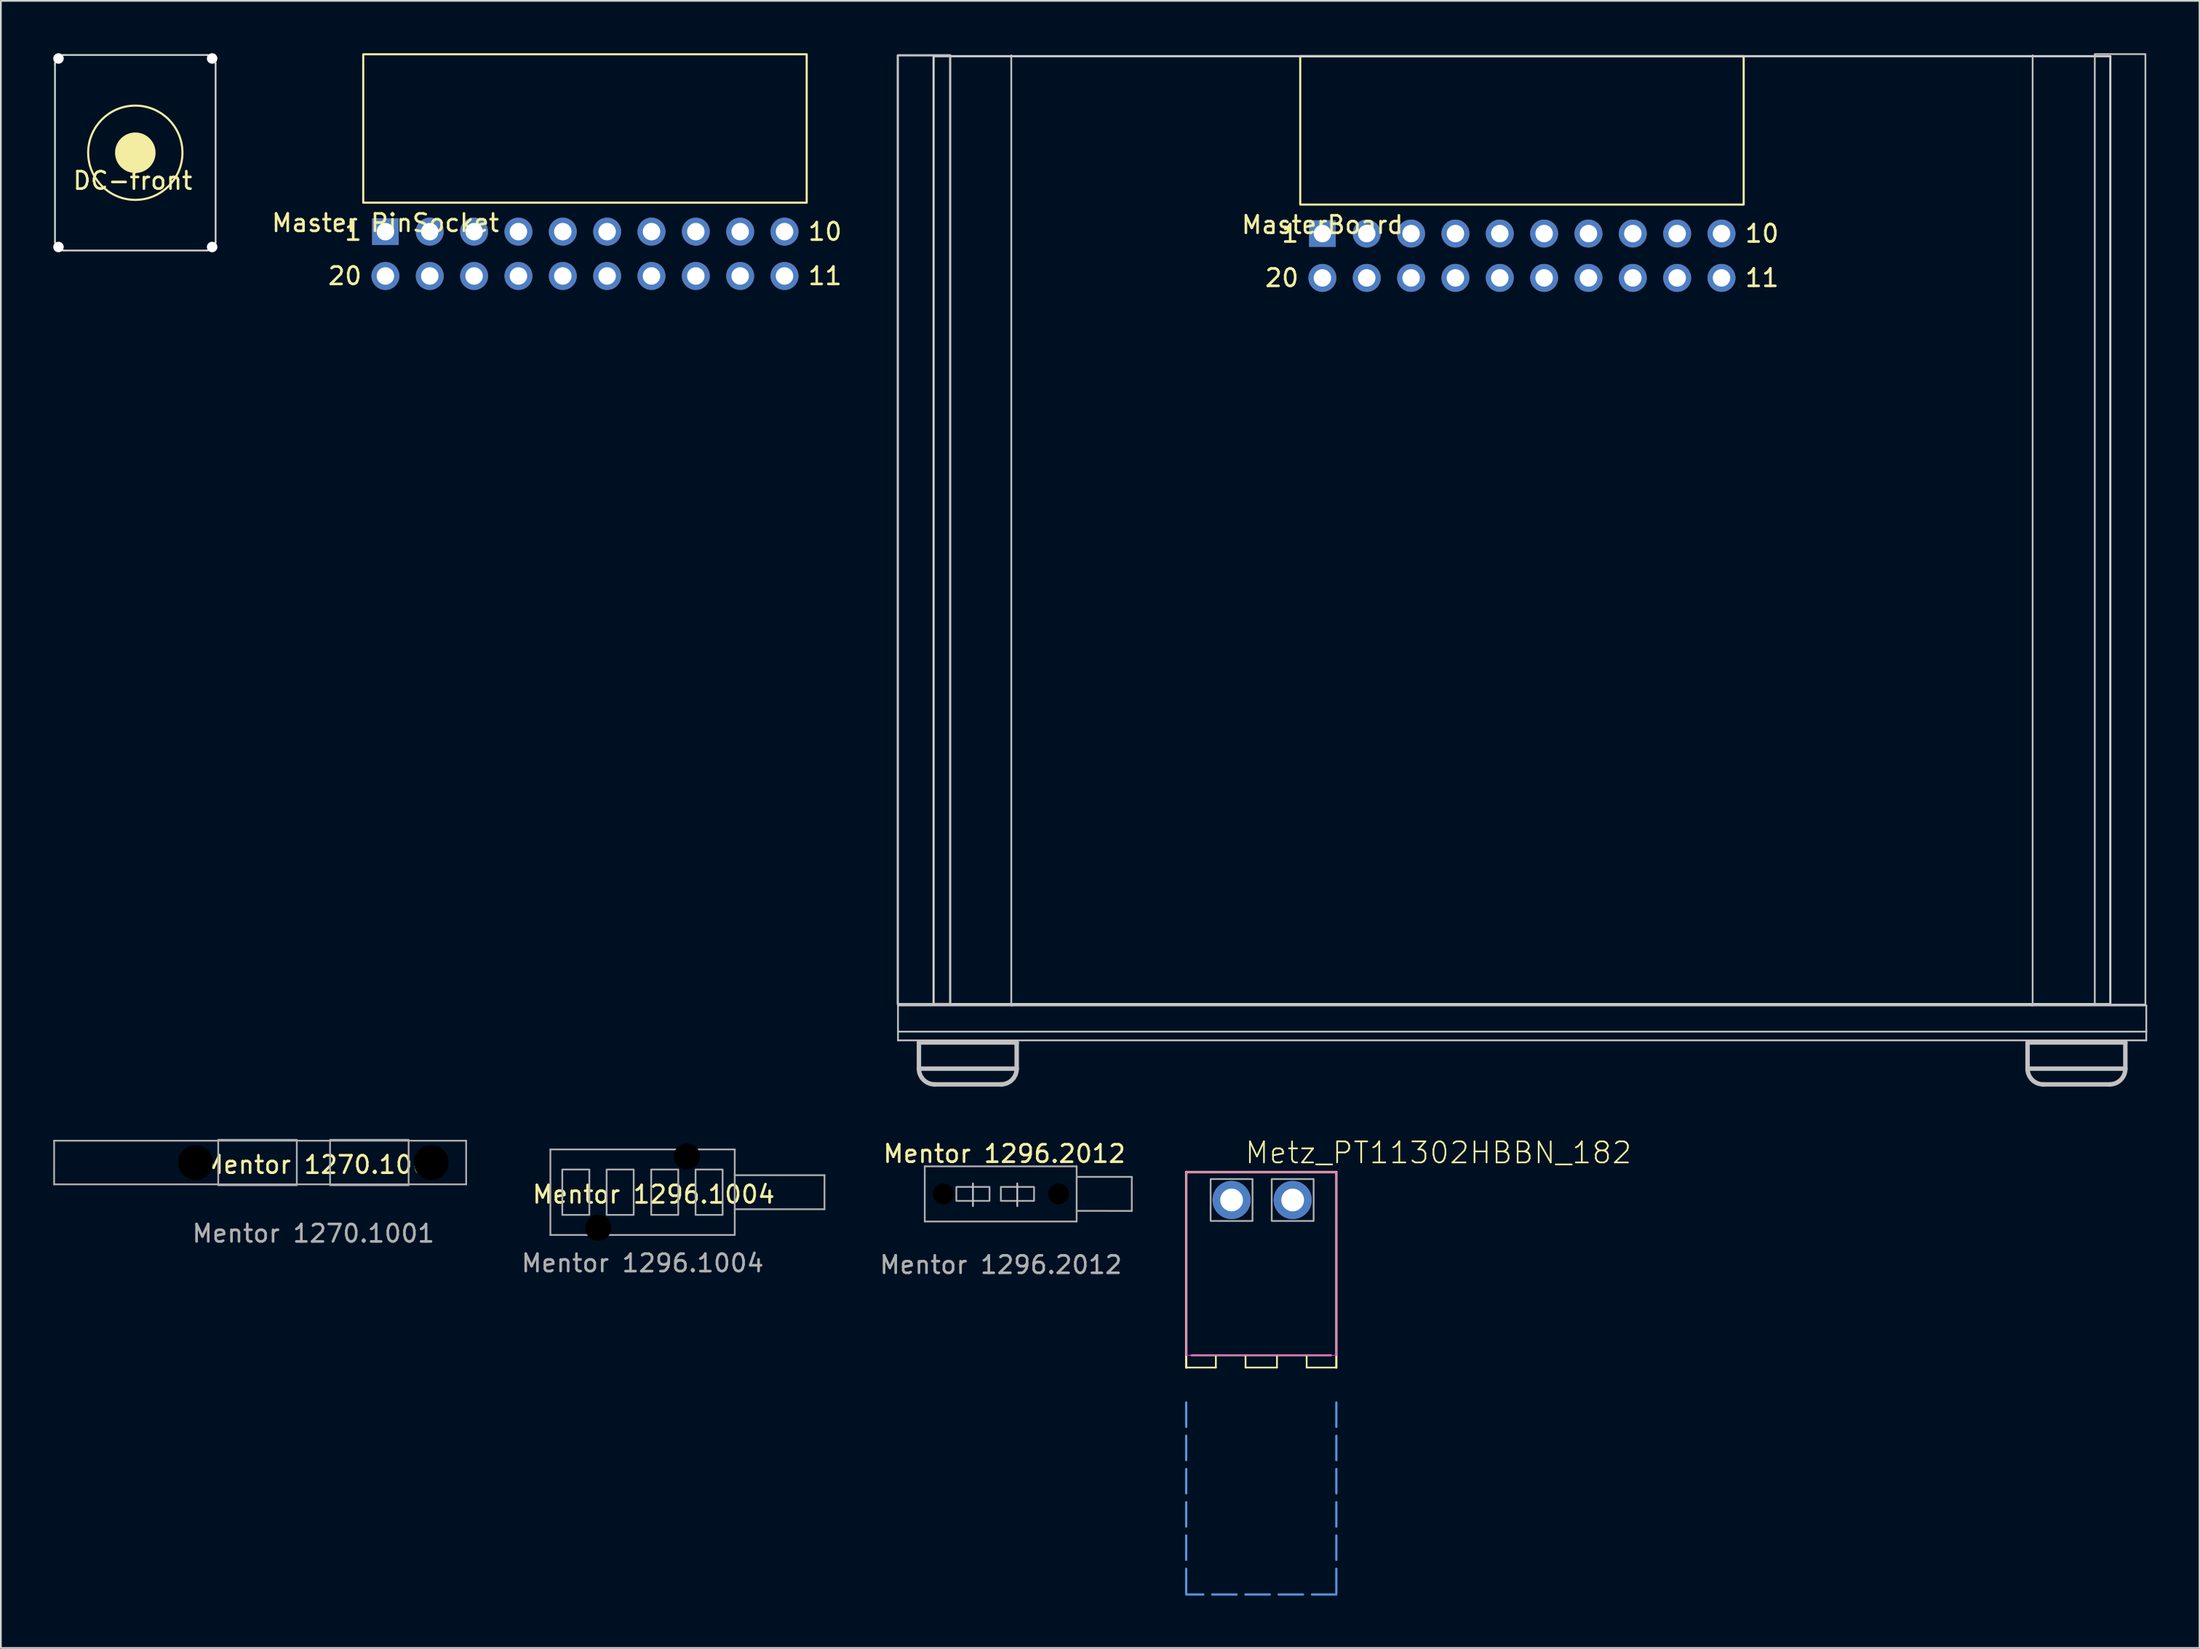
<source format=kicad_pcb>
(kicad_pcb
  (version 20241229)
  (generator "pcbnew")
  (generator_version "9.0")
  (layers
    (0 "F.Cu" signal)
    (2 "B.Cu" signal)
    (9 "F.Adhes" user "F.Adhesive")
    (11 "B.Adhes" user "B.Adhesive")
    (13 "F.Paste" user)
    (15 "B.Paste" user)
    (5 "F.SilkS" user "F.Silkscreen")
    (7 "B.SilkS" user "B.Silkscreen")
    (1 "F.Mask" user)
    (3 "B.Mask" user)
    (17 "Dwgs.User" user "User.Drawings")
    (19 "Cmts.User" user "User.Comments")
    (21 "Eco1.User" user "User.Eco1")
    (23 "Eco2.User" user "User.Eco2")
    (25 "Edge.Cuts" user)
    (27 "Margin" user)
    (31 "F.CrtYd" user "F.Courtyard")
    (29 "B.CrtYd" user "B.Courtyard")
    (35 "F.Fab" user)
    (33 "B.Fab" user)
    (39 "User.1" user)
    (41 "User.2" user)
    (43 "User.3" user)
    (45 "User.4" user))
  (footprint "Master PinSocket"
    (layer "F.Cu")
    (at 30.455 9.76)
    (property "Reference" "Master PinSocket" (at -11.43 -0.04 0) (unlocked yes) (layer "F.SilkS") (effects (font (size 1 1) (thickness 0.15))))
    (attr through_hole)
    (fp_rect (start -12.7 -1.2) (end 12.7 -9.7) (stroke (width 0.12) (type solid)) (fill no) (layer "F.SilkS"))
    (fp_text user "10" (at 12.7 0.46 0) (unlocked yes) (layer "F.SilkS") (effects (font (size 1 1) (thickness 0.15)) (justify left)))
    (fp_text user "20" (at -12.7 3 0) (unlocked yes) (layer "F.SilkS") (effects (font (size 1 1) (thickness 0.15)) (justify right)))
    (fp_text user "1" (at -12.7 0.46 0) (unlocked yes) (layer "F.SilkS") (effects (font (size 1 1) (thickness 0.15)) (justify right)))
    (fp_text user "11" (at 12.7 3 0) (unlocked yes) (layer "F.SilkS") (effects (font (size 1 1) (thickness 0.15)) (justify left)))
    (pad "1" thru_hole rect (at -11.43 0.46) (size 1.524 1.524) (drill 1) (layers "*.Cu" "*.Mask"))
    (pad "2" thru_hole circle (at -8.89 0.46) (size 1.6 1.6) (drill 1) (layers "*.Cu" "*.Mask"))
    (pad "3" thru_hole circle (at -6.35 0.46) (size 1.6 1.6) (drill 1) (layers "*.Cu" "*.Mask"))
    (pad "4" thru_hole circle (at -3.81 0.46) (size 1.6 1.6) (drill 1) (layers "*.Cu" "*.Mask"))
    (pad "5" thru_hole circle (at -1.27 0.46) (size 1.6 1.6) (drill 1) (layers "*.Cu" "*.Mask"))
    (pad "6" thru_hole circle (at 1.27 0.46) (size 1.6 1.6) (drill 1) (layers "*.Cu" "*.Mask"))
    (pad "7" thru_hole circle (at 3.81 0.46) (size 1.6 1.6) (drill 1) (layers "*.Cu" "*.Mask"))
    (pad "8" thru_hole circle (at 6.35 0.46) (size 1.6 1.6) (drill 1) (layers "*.Cu" "*.Mask"))
    (pad "9" thru_hole circle (at 8.89 0.46) (size 1.6 1.6) (drill 1) (layers "*.Cu" "*.Mask"))
    (pad "10" thru_hole circle (at 11.43 0.46) (size 1.6 1.6) (drill 1) (layers "*.Cu" "*.Mask"))
    (pad "11" thru_hole circle (at 11.43 3) (size 1.6 1.6) (drill 1) (layers "*.Cu" "*.Mask"))
    (pad "12" thru_hole circle (at 8.89 3) (size 1.6 1.6) (drill 1) (layers "*.Cu" "*.Mask"))
    (pad "13" thru_hole circle (at 6.35 3) (size 1.6 1.6) (drill 1) (layers "*.Cu" "*.Mask"))
    (pad "14" thru_hole circle (at 3.81 3) (size 1.6 1.6) (drill 1) (layers "*.Cu" "*.Mask"))
    (pad "15" thru_hole circle (at 1.27 3) (size 1.6 1.6) (drill 1) (layers "*.Cu" "*.Mask"))
    (pad "16" thru_hole circle (at -1.27 3) (size 1.6 1.6) (drill 1) (layers "*.Cu" "*.Mask"))
    (pad "17" thru_hole circle (at -3.81 3) (size 1.6 1.6) (drill 1) (layers "*.Cu" "*.Mask"))
    (pad "18" thru_hole circle (at -6.35 3) (size 1.6 1.6) (drill 1) (layers "*.Cu" "*.Mask"))
    (pad "19" thru_hole circle (at -8.89 3) (size 1.6 1.6) (drill 1) (layers "*.Cu" "*.Mask"))
    (pad "20" thru_hole circle (at -11.43 3) (size 1.6 1.6) (drill 1) (layers "*.Cu" "*.Mask")))
  (footprint "Metz_PT11302HBBN_182"
    (layer "F.Cu")
    (at 69.191 65.693)
    (property "Reference" "Metz_PT11302HBBN_182" (at -1 -2 180) (layer "F.SilkS") (effects (font (size 1.206 1.206) (thickness 0.097)) (justify left bottom)))
    (attr through_hole)
    (fp_line (start -4.3 -1.6) (end 4.3 -1.6) (stroke (width 0.127) (type solid)) (layer "F.SilkS"))
    (fp_line (start -4.3 9.6) (end -4.3 -1.6) (stroke (width 0.127) (type solid)) (layer "F.SilkS"))
    (fp_line (start -4.3 9.6) (end -2.6 9.6) (stroke (width 0.1) (type default)) (layer "F.SilkS"))
    (fp_line (start -2.6 9.6) (end -2.6 8.9) (stroke (width 0.1) (type default)) (layer "F.SilkS"))
    (fp_line (start -0.9 8.9) (end -0.9 9.6) (stroke (width 0.1) (type default)) (layer "F.SilkS"))
    (fp_line (start -0.9 9.6) (end 0.9 9.6) (stroke (width 0.1) (type default)) (layer "F.SilkS"))
    (fp_line (start 0.9 9.6) (end 0.9 8.9) (stroke (width 0.1) (type default)) (layer "F.SilkS"))
    (fp_line (start 2.6 8.9) (end 2.6 9.6) (stroke (width 0.1) (type default)) (layer "F.SilkS"))
    (fp_line (start 2.6 9.6) (end 4.3 9.6) (stroke (width 0.1) (type default)) (layer "F.SilkS"))
    (fp_line (start 4 8.9) (end -4 8.9) (stroke (width 0.1) (type default)) (layer "F.SilkS"))
    (fp_line (start 4.3 -1.6) (end 4.3 9.6) (stroke (width 0.127) (type solid)) (layer "F.SilkS"))
    (fp_line (start -4.3 11.6) (end -4.3 22.6) (stroke (width 0.127) (type dash)) (layer "Cmts.User"))
    (fp_line (start 4.3 11.6) (end 4.3 22.6) (stroke (width 0.127) (type dash)) (layer "Cmts.User"))
    (fp_line (start 4.3 22.6) (end -4.3 22.6) (stroke (width 0.127) (type dash)) (layer "Cmts.User"))
    (fp_rect (start -4.3 -1.6) (end 4.3 8.9) (stroke (width 0.05) (type default)) (fill no) (layer "F.CrtYd"))
    (fp_poly (pts (xy -2.9 1.2) (xy -0.5 1.2) (xy -0.5 -1.2) (xy -2.9 -1.2)) (stroke (width 0.1) (type solid)) (fill no) (layer "F.Fab"))
    (fp_poly (pts (xy 0.6 1.2) (xy 3 1.2) (xy 3 -1.2) (xy 0.6 -1.2)) (stroke (width 0.1) (type solid)) (fill no) (layer "F.Fab"))
    (pad "1" thru_hole circle (at -1.7 0 90) (size 2.184 2.184) (drill 1.3) (layers "*.Cu" "*.Mask"))
    (pad "2" thru_hole circle (at 1.8 0 90) (size 2.184 2.184) (drill 1.3) (layers "*.Cu" "*.Mask")))
  (footprint "DC-front"
    (layer "F.Cu")
    (at 4.7 5.7)
    (property "Reference" "DC-front" (at -0.15 1.6 0) (unlocked yes) (layer "F.SilkS") (effects (font (size 1 1) (thickness 0.15))))
    (fp_circle (center 0 0) (end 1.1 0) (stroke (width 0.12) (type solid)) (fill yes) (layer "F.SilkS"))
    (fp_circle (center 0 0) (end 2.7 0) (stroke (width 0.12) (type default)) (fill no) (layer "F.SilkS"))
    (fp_line (start -4.6 -5.1) (end -4.6 5.1) (stroke (width 0.1) (type default)) (layer "Edge.Cuts"))
    (fp_line (start -4.1 -5.6) (end 4.1 -5.6) (stroke (width 0.1) (type default)) (layer "Edge.Cuts"))
    (fp_line (start -4.1 5.6) (end 4.1 5.6) (stroke (width 0.1) (type default)) (layer "Edge.Cuts"))
    (fp_line (start 4.6 -5.1) (end 4.6 5.1) (stroke (width 0.1) (type default)) (layer "Edge.Cuts"))
    (fp_arc (start -4.6 -5.1) (mid -4.453553 -5.453553) (end -4.1 -5.6) (stroke (width 0.1) (type default)) (layer "Edge.Cuts"))
    (fp_arc (start -4.1 5.6) (mid -4.453553 5.453553) (end -4.6 5.1) (stroke (width 0.1) (type default)) (layer "Edge.Cuts"))
    (fp_arc (start 4.1 -5.6) (mid 4.453553 -5.453553) (end 4.6 -5.1) (stroke (width 0.1) (type default)) (layer "Edge.Cuts"))
    (fp_arc (start 4.6 5.1) (mid 4.453553 5.453553) (end 4.1 5.6) (stroke (width 0.1) (type default)) (layer "Edge.Cuts"))
    (pad "" np_thru_hole circle (at -4.4 -5.4) (size 0.6 0.6) (drill 0.6) (layers "*.Cu" "*.Mask"))
    (pad "" np_thru_hole circle (at -4.4 5.4) (size 0.6 0.6) (drill 0.6) (layers "*.Cu" "*.Mask"))
    (pad "" np_thru_hole circle (at 4.4 -5.4) (size 0.6 0.6) (drill 0.6) (layers "*.Cu" "*.Mask"))
    (pad "" np_thru_hole circle (at 4.4 5.4) (size 0.6 0.6) (drill 0.6) (layers "*.Cu" "*.Mask")))
  (footprint "Mentor 1296.2012"
    (layer "F.Cu")
    (at 54.277 65.345)
    (property "Reference" "Mentor 1296.2012" (at 0.2 -2.3 0) (unlocked yes) (layer "F.SilkS") (effects (font (size 1 1) (thickness 0.15))))
    (fp_line (start -1.6 0.7) (end -1.6 -0.6) (stroke (width 0.1) (type solid)) (layer "Dwgs.User"))
    (fp_line (start 0.94 0.7) (end 0.94 -0.6) (stroke (width 0.1) (type solid)) (layer "Dwgs.User"))
    (fp_line (start -4.36 -1.58) (end -4.36 1.58) (stroke (width 0.1) (type default)) (layer "F.Fab"))
    (fp_line (start -4.36 -1.58) (end 4.34 -1.58) (stroke (width 0.1) (type default)) (layer "F.Fab"))
    (fp_line (start -4.36 1.58) (end 4.34 1.58) (stroke (width 0.1) (type default)) (layer "F.Fab"))
    (fp_line (start 4.34 -1.58) (end 4.34 1.58) (stroke (width 0.1) (type default)) (layer "F.Fab"))
    (fp_line (start 7.5 -0.975) (end 4.35 -0.975) (stroke (width 0.1) (type default)) (layer "F.Fab"))
    (fp_line (start 7.5 -0.975) (end 7.5 0.975) (stroke (width 0.1) (type default)) (layer "F.Fab"))
    (fp_line (start 7.5 0.975) (end 4.35 0.97) (stroke (width 0.1) (type default)) (layer "F.Fab"))
    (fp_rect (start -2.55 -0.4) (end -0.65 0.4) (stroke (width 0.1) (type default)) (fill no) (layer "F.Fab"))
    (fp_rect (start 0 -0.4) (end 1.9 0.4) (stroke (width 0.1) (type default)) (fill no) (layer "F.Fab"))
    (fp_text user "${REFERENCE}" (at 0 4.064 0) (unlocked yes) (layer "F.Fab") (effects (font (size 1 1) (thickness 0.15))))
    (pad "" np_thru_hole circle (at -3.3 0) (size 1.2 1.2) (drill 1.2) (layers "*.Mask"))
    (pad "" np_thru_hole circle (at 3.3 0) (size 1.2 1.2) (drill 1.2) (layers "*.Mask")))
  (footprint "Mentor 1270.1001"
    (layer "F.Cu")
    (at 14.9 63.547)
    (property "Reference" "Mentor 1270.1001" (at 0.635 0.127 0) (unlocked yes) (layer "F.SilkS") (effects (font (size 1 1) (thickness 0.15))))
    (fp_line (start -14.85 -1.25) (end -14.85 1.25) (stroke (width 0.1) (type default)) (layer "F.Fab"))
    (fp_line (start 8.75 -1.25) (end -14.85 -1.25) (stroke (width 0.1) (type default)) (layer "F.Fab"))
    (fp_line (start 8.75 -1.25) (end 8.75 1.25) (stroke (width 0.1) (type default)) (layer "F.Fab"))
    (fp_line (start 8.75 1.25) (end -14.85 1.25) (stroke (width 0.1) (type default)) (layer "F.Fab"))
    (fp_rect (start -5.45 -1.3) (end -0.95 1.3) (stroke (width 0.1) (type default)) (fill no) (layer "F.Fab"))
    (fp_rect (start 0.955 -1.3) (end 5.455 1.3) (stroke (width 0.1) (type default)) (fill no) (layer "F.Fab"))
    (fp_text user "${REFERENCE}" (at 0 4.064 0) (unlocked yes) (layer "F.Fab") (effects (font (size 1 1) (thickness 0.15))))
    (pad "" np_thru_hole circle (at -6.75 0) (size 2 2) (drill 2.4) (layers "*.Mask"))
    (pad "" np_thru_hole circle (at 6.75 0) (size 2 2) (drill 2.4) (layers "*.Mask")))
  (footprint "Mentor 1296.1004"
    (layer "F.Cu")
    (at 33.754 65.247)
    (property "Reference" "Mentor 1296.1004" (at 0.635 0.127 0) (unlocked yes) (layer "F.SilkS") (effects (font (size 1 1) (thickness 0.15))))
    (fp_line (start -5.28 -2.45) (end -5.28 2.45) (stroke (width 0.1) (type default)) (layer "F.Fab"))
    (fp_line (start -5.28 -2.45) (end 5.28 -2.45) (stroke (width 0.1) (type default)) (layer "F.Fab"))
    (fp_line (start -5.28 2.45) (end 5.28 2.45) (stroke (width 0.1) (type default)) (layer "F.Fab"))
    (fp_line (start 5.28 -2.45) (end 5.28 2.45) (stroke (width 0.1) (type default)) (layer "F.Fab"))
    (fp_line (start 10.42 -0.975) (end 5.28 -0.975) (stroke (width 0.1) (type default)) (layer "F.Fab"))
    (fp_line (start 10.42 -0.975) (end 10.42 0.975) (stroke (width 0.1) (type default)) (layer "F.Fab"))
    (fp_line (start 10.42 0.975) (end 5.28 0.975) (stroke (width 0.1) (type default)) (layer "F.Fab"))
    (fp_rect (start -4.598 -1.3) (end -3.048 1.3) (stroke (width 0.1) (type default)) (fill no) (layer "F.Fab"))
    (fp_rect (start -2.058 -1.3) (end -0.508 1.3) (stroke (width 0.1) (type default)) (fill no) (layer "F.Fab"))
    (fp_rect (start 0.495 -1.3) (end 2.045 1.3) (stroke (width 0.1) (type default)) (fill no) (layer "F.Fab"))
    (fp_rect (start 3.035 -1.3) (end 4.585 1.3) (stroke (width 0.1) (type default)) (fill no) (layer "F.Fab"))
    (fp_text user "${REFERENCE}" (at 0 4.064 0) (unlocked yes) (layer "F.Fab") (effects (font (size 1 1) (thickness 0.15))))
    (pad "" np_thru_hole circle (at -2.54 2.032) (size 2 2) (drill 1.5) (layers "*.Mask"))
    (pad "" np_thru_hole circle (at 2.54 -2.05) (size 2 2) (drill 1.5) (layers "*.Mask")))
  (footprint "MasterBoard"
    (layer "F.Cu")
    (at 84.123 9.87)
    (property "Reference" "MasterBoard" (at -11.43 -0.04 0) (unlocked yes) (layer "F.SilkS") (effects (font (size 1 1) (thickness 0.15))))
    (attr through_hole)
    (fp_rect (start -12.7 -1.2) (end 12.7 -9.7) (stroke (width 0.12) (type solid)) (fill no) (layer "F.SilkS"))
    (fp_line (start -35.74 44.68) (end -35.74 46.18) (stroke (width 0.1) (type solid)) (layer "Dwgs.User"))
    (fp_line (start -35.74 46.18) (end -35.74 46.68) (stroke (width 0.1) (type solid)) (layer "Dwgs.User"))
    (fp_line (start -35.74 46.18) (end 35.76 46.18) (stroke (width 0.1) (type solid)) (layer "Dwgs.User"))
    (fp_line (start -35.74 46.68) (end 35.76 46.68) (stroke (width 0.1) (type solid)) (layer "Dwgs.User"))
    (fp_line (start -34.54 46.8) (end -28.94 46.8) (stroke (width 0.254) (type solid)) (layer "Dwgs.User"))
    (fp_line (start -34.54 48.3) (end -34.54 46.8) (stroke (width 0.254) (type solid)) (layer "Dwgs.User"))
    (fp_line (start -33.645 49.2) (end -29.835 49.2) (stroke (width 0.254) (type solid)) (layer "Dwgs.User"))
    (fp_line (start -29.25 -9.75) (end -29.25 44.68) (stroke (width 0.1) (type solid)) (layer "Dwgs.User"))
    (fp_line (start -29.19 44.68) (end -35.74 44.68) (stroke (width 0.1) (type solid)) (layer "Dwgs.User"))
    (fp_line (start -28.94 46.8) (end -28.94 48.3) (stroke (width 0.254) (type solid)) (layer "Dwgs.User"))
    (fp_line (start -28.94 48.3) (end -34.54 48.3) (stroke (width 0.254) (type solid)) (layer "Dwgs.User"))
    (fp_line (start 28.96 46.8) (end 34.56 46.8) (stroke (width 0.254) (type solid)) (layer "Dwgs.User"))
    (fp_line (start 28.96 48.3) (end 28.96 46.8) (stroke (width 0.254) (type solid)) (layer "Dwgs.User"))
    (fp_line (start 29.21 44.68) (end -29.19 44.68) (stroke (width 0.1) (type solid)) (layer "Dwgs.User"))
    (fp_line (start 29.25 -9.75) (end 29.25 44.68) (stroke (width 0.1) (type solid)) (layer "Dwgs.User"))
    (fp_line (start 29.855 49.2) (end 33.665 49.2) (stroke (width 0.254) (type solid)) (layer "Dwgs.User"))
    (fp_line (start 34.56 46.8) (end 34.56 48.3) (stroke (width 0.254) (type solid)) (layer "Dwgs.User"))
    (fp_line (start 34.56 48.3) (end 28.96 48.3) (stroke (width 0.254) (type solid)) (layer "Dwgs.User"))
    (fp_line (start 35.76 44.68) (end 29.21 44.68) (stroke (width 0.1) (type solid)) (layer "Dwgs.User"))
    (fp_line (start 35.76 46.18) (end 35.76 44.68) (stroke (width 0.1) (type solid)) (layer "Dwgs.User"))
    (fp_line (start 35.76 46.68) (end 35.76 46.18) (stroke (width 0.1) (type solid)) (layer "Dwgs.User"))
    (fp_rect (start -35.75 -9.75) (end -32.75 44.6) (stroke (width 0.127) (type solid)) (fill no) (layer "Dwgs.User"))
    (fp_arc (start -33.645 49.2) (mid -34.278896 48.935361) (end -34.54 48.3) (stroke (width 0.254) (type solid)) (layer "Dwgs.User"))
    (fp_arc (start -28.94 48.3) (mid -29.201104 48.935361) (end -29.835 49.2) (stroke (width 0.254) (type solid)) (layer "Dwgs.User"))
    (fp_arc (start 29.855 49.2) (mid 29.221104 48.935361) (end 28.96 48.3) (stroke (width 0.254) (type solid)) (layer "Dwgs.User"))
    (fp_arc (start 34.56 48.3) (mid 34.298896 48.935361) (end 33.665 49.2) (stroke (width 0.254) (type solid)) (layer "Dwgs.User"))
    (fp_poly (pts (xy 32.81 -9.82) (xy 35.71 -9.82) (xy 35.71 44.63) (xy 32.81 44.63)) (stroke (width 0.1) (type solid)) (fill no) (layer "Dwgs.User"))
    (fp_line (start -33.7 -9.7) (end 33.7 -9.7) (stroke (width 0.12) (type solid)) (layer "Edge.Cuts"))
    (fp_line (start -33.7 44.6) (end -33.7 -9.7) (stroke (width 0.12) (type solid)) (layer "Edge.Cuts"))
    (fp_line (start 33.7 -9.7) (end 33.7 44.6) (stroke (width 0.12) (type solid)) (layer "Edge.Cuts"))
    (fp_line (start 33.7 44.6) (end -33.7 44.6) (stroke (width 0.12) (type solid)) (layer "Edge.Cuts"))
    (fp_text user "11" (at 12.7 3 0) (unlocked yes) (layer "F.SilkS") (effects (font (size 1 1) (thickness 0.15)) (justify left)))
    (fp_text user "20" (at -12.7 3 0) (unlocked yes) (layer "F.SilkS") (effects (font (size 1 1) (thickness 0.15)) (justify right)))
    (fp_text user "10" (at 12.7 0.46 0) (unlocked yes) (layer "F.SilkS") (effects (font (size 1 1) (thickness 0.15)) (justify left)))
    (fp_text user "1" (at -12.7 0.46 0) (unlocked yes) (layer "F.SilkS") (effects (font (size 1 1) (thickness 0.15)) (justify right)))
    (pad "1" thru_hole rect (at -11.43 0.46) (size 1.524 1.524) (drill 1) (layers "*.Cu" "*.Mask"))
    (pad "2" thru_hole circle (at -8.89 0.46) (size 1.6 1.6) (drill 1) (layers "*.Cu" "*.Mask"))
    (pad "3" thru_hole circle (at -6.35 0.46) (size 1.6 1.6) (drill 1) (layers "*.Cu" "*.Mask"))
    (pad "4" thru_hole circle (at -3.81 0.46) (size 1.6 1.6) (drill 1) (layers "*.Cu" "*.Mask"))
    (pad "5" thru_hole circle (at -1.27 0.46) (size 1.6 1.6) (drill 1) (layers "*.Cu" "*.Mask"))
    (pad "6" thru_hole circle (at 1.27 0.46) (size 1.6 1.6) (drill 1) (layers "*.Cu" "*.Mask"))
    (pad "7" thru_hole circle (at 3.81 0.46) (size 1.6 1.6) (drill 1) (layers "*.Cu" "*.Mask"))
    (pad "8" thru_hole circle (at 6.35 0.46) (size 1.6 1.6) (drill 1) (layers "*.Cu" "*.Mask"))
    (pad "9" thru_hole circle (at 8.89 0.46) (size 1.6 1.6) (drill 1) (layers "*.Cu" "*.Mask"))
    (pad "10" thru_hole circle (at 11.43 0.46) (size 1.6 1.6) (drill 1) (layers "*.Cu" "*.Mask"))
    (pad "11" thru_hole circle (at 11.43 3) (size 1.6 1.6) (drill 1) (layers "*.Cu" "*.Mask"))
    (pad "12" thru_hole circle (at 8.89 3) (size 1.6 1.6) (drill 1) (layers "*.Cu" "*.Mask"))
    (pad "13" thru_hole circle (at 6.35 3) (size 1.6 1.6) (drill 1) (layers "*.Cu" "*.Mask"))
    (pad "14" thru_hole circle (at 3.81 3) (size 1.6 1.6) (drill 1) (layers "*.Cu" "*.Mask"))
    (pad "15" thru_hole circle (at 1.27 3) (size 1.6 1.6) (drill 1) (layers "*.Cu" "*.Mask"))
    (pad "16" thru_hole circle (at -1.27 3) (size 1.6 1.6) (drill 1) (layers "*.Cu" "*.Mask"))
    (pad "17" thru_hole circle (at -3.81 3) (size 1.6 1.6) (drill 1) (layers "*.Cu" "*.Mask"))
    (pad "18" thru_hole circle (at -6.35 3) (size 1.6 1.6) (drill 1) (layers "*.Cu" "*.Mask"))
    (pad "19" thru_hole circle (at -8.89 3) (size 1.6 1.6) (drill 1) (layers "*.Cu" "*.Mask"))
    (pad "20" thru_hole circle (at -11.43 3) (size 1.6 1.6) (drill 1) (layers "*.Cu" "*.Mask")))
  (gr_rect
    (start -3 -3)
    (end 122.933 91.357)
    (stroke (width 0.1) (type default))
    (fill no)
    (layer "Edge.Cuts")))
</source>
